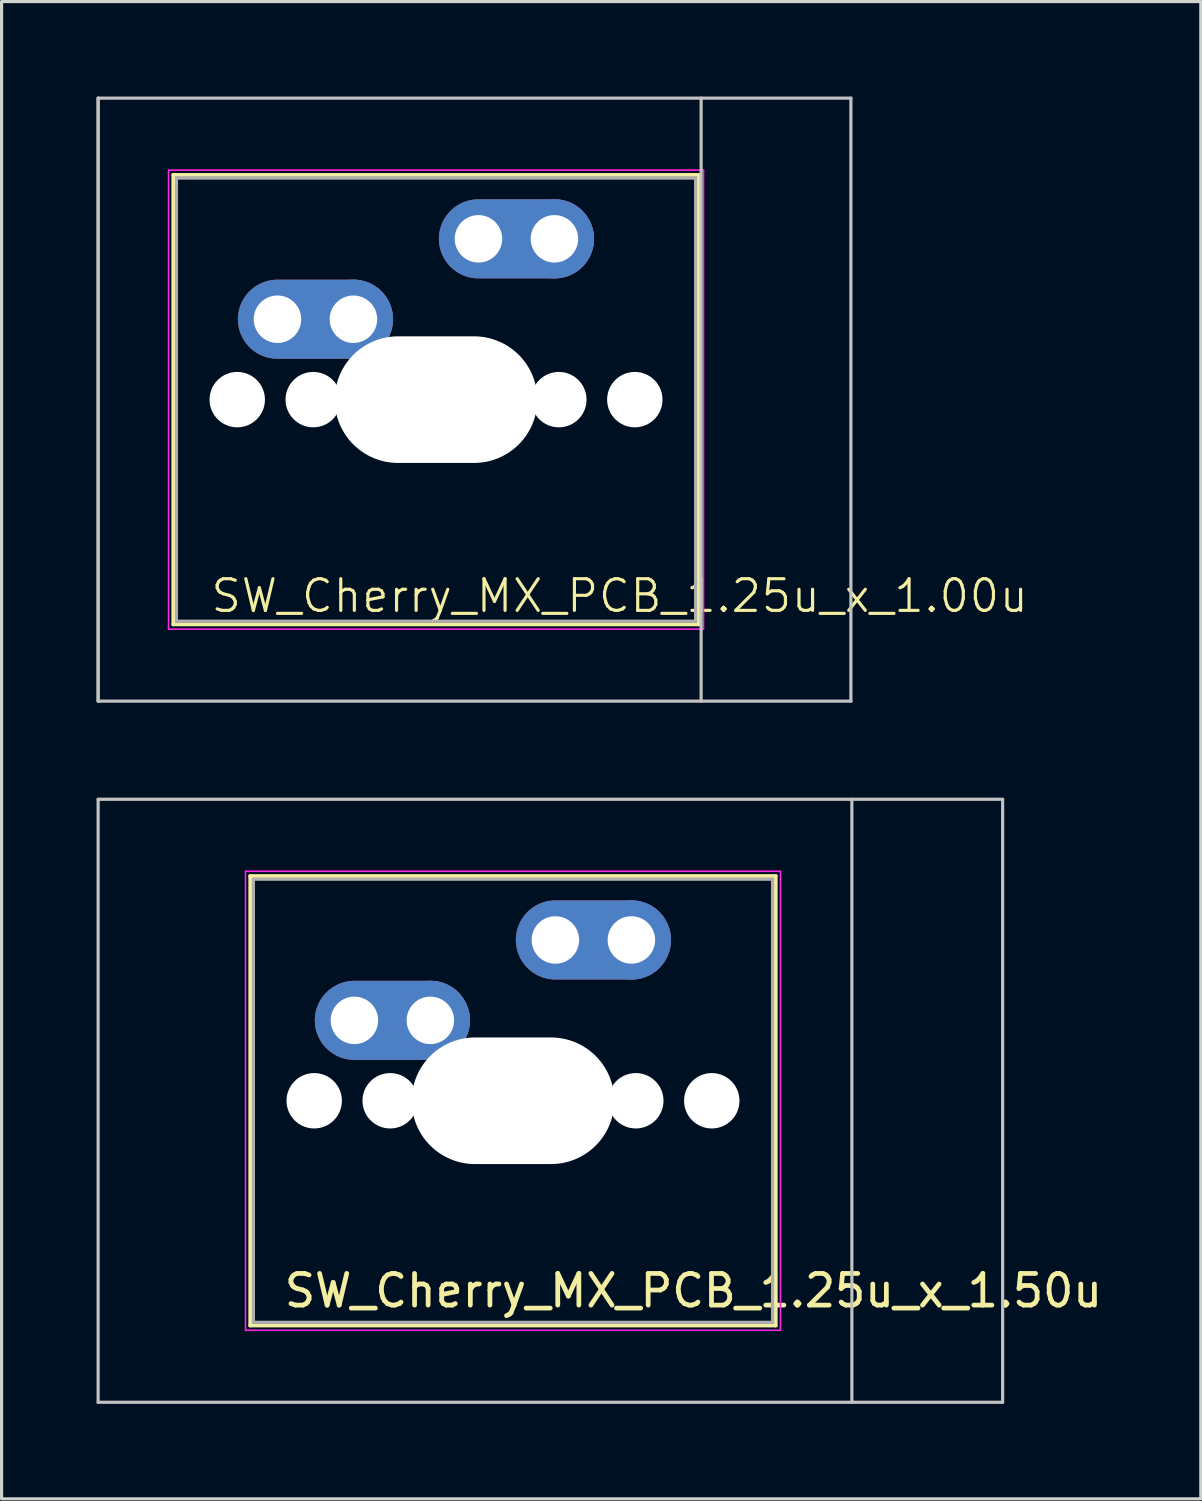
<source format=kicad_pcb>
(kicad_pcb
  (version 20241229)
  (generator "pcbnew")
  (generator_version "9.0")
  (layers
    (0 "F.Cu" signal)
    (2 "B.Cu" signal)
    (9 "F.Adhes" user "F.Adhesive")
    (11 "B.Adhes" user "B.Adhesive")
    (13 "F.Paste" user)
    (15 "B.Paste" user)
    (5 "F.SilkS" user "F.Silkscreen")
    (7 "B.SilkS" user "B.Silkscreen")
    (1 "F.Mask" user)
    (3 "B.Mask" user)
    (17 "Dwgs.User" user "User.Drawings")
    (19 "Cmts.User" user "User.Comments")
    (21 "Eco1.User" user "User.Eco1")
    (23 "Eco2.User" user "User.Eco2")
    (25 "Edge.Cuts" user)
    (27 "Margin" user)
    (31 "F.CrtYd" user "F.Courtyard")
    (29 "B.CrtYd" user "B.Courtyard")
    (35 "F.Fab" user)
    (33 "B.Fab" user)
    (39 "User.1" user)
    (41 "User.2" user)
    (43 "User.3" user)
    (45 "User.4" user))
  (footprint "SW_Cherry_MX_PCB_1.25u_x_1.50u"
    (layer "F.Cu")
    (at 11.956 31.725)
    (property "Reference" "SW_Cherry_MX_PCB_1.25u_x_1.50u" (at 6.9 6 180) (layer "F.SilkS") (effects (font (size 1 1) (thickness 0.15))))
    (attr through_hole)
    (fp_line (start -7.1 -7.1) (end -7.1 7.1) (stroke (width 0.12) (type solid)) (layer "F.SilkS"))
    (fp_line (start -7.1 7.1) (end 9.5 7.1) (stroke (width 0.12) (type solid)) (layer "F.SilkS"))
    (fp_line (start 9.5 -7.1) (end -7.1 -7.1) (stroke (width 0.12) (type solid)) (layer "F.SilkS"))
    (fp_line (start 9.5 7.1) (end 9.5 -7.1) (stroke (width 0.12) (type solid)) (layer "F.SilkS"))
    (fp_line (start -11.906 -9.525) (end -11.906 9.525) (stroke (width 0.1) (type solid)) (layer "Dwgs.User"))
    (fp_line (start -11.906 9.525) (end 16.669 9.525) (stroke (width 0.1) (type solid)) (layer "Dwgs.User"))
    (fp_line (start 11.906 9.525) (end 11.906 -9.525) (stroke (width 0.1) (type solid)) (layer "Dwgs.User"))
    (fp_line (start 16.669 -9.525) (end -11.906 -9.525) (stroke (width 0.1) (type solid)) (layer "Dwgs.User"))
    (fp_line (start 16.669 9.525) (end 16.669 -9.525) (stroke (width 0.1) (type solid)) (layer "Dwgs.User"))
    (fp_line (start -7 -7) (end -7 7) (stroke (width 0.1) (type solid)) (layer "Eco1.User"))
    (fp_line (start -7 7) (end 9.4 7) (stroke (width 0.1) (type solid)) (layer "Eco1.User"))
    (fp_line (start 9.4 -7) (end -7 -7) (stroke (width 0.1) (type solid)) (layer "Eco1.User"))
    (fp_line (start 9.4 7) (end 9.4 -7) (stroke (width 0.1) (type solid)) (layer "Eco1.User"))
    (fp_line (start -7.25 -7.25) (end -7.25 7.25) (stroke (width 0.05) (type solid)) (layer "F.CrtYd"))
    (fp_line (start -7.25 7.25) (end 9.65 7.25) (stroke (width 0.05) (type solid)) (layer "F.CrtYd"))
    (fp_line (start 9.65 -7.25) (end -7.25 -7.25) (stroke (width 0.05) (type solid)) (layer "F.CrtYd"))
    (fp_line (start 9.65 7.25) (end 9.65 -7.25) (stroke (width 0.05) (type solid)) (layer "F.CrtYd"))
    (fp_line (start -7 -7) (end -7 7) (stroke (width 0.1) (type solid)) (layer "F.Fab"))
    (fp_line (start -7 7) (end 9.4 7) (stroke (width 0.1) (type solid)) (layer "F.Fab"))
    (fp_line (start 9.4 -7) (end -7 -7) (stroke (width 0.1) (type solid)) (layer "F.Fab"))
    (fp_line (start 9.4 7) (end 9.4 -7) (stroke (width 0.1) (type solid)) (layer "F.Fab"))
    (pad "" np_thru_hole circle (at -5.08 0) (size 1.75 1.75) (drill 1.75) (layers "*.Cu" "*.Mask"))
    (pad "" np_thru_hole circle (at -2.68 0) (size 1.75 1.75) (drill 1.75) (layers "*.Cu" "*.Mask"))
    (pad "" np_thru_hole oval (at 1.2 0) (size 6.4 4) (drill oval 6.4 4) (layers "*.Cu"))
    (pad "" np_thru_hole circle (at 5.08 0) (size 1.75 1.75) (drill 1.75) (layers "*.Cu" "*.Mask"))
    (pad "" np_thru_hole circle (at 7.48 0) (size 1.75 1.75) (drill 1.75) (layers "*.Cu" "*.Mask"))
    (pad "1" thru_hole oval (at -3.81 -2.54) (size 4.9 2.5) (drill 1.5 (offset 1.2 0)) (layers "*.Cu" "*.Mask"))
    (pad "1" thru_hole circle (at -1.41 -2.54) (size 2.5 2.5) (drill 1.5) (layers "*.Cu" "*.Mask"))
    (pad "2" thru_hole oval (at 2.54 -5.08) (size 4.9 2.5) (drill 1.5 (offset 1.2 0)) (layers "*.Cu" "*.Mask"))
    (pad "2" thru_hole circle (at 4.94 -5.08) (size 2.5 2.5) (drill 1.5) (layers "*.Cu" "*.Mask")))
  (footprint "SW_Cherry_MX_PCB_1.25u_x_1.00u"
    (layer "F.Cu")
    (at 11.925 9.575)
    (property "Reference" "SW_Cherry_MX_PCB_1.25u_x_1.00u" (at 4.6 6.2 0) (unlocked yes) (layer "F.SilkS") (effects (font (size 1 1) (thickness 0.1))))
    (attr smd)
    (fp_line (start -9.5 -7.1) (end -9.5 7.1) (stroke (width 0.12) (type solid)) (layer "F.SilkS"))
    (fp_line (start -9.5 7.1) (end 7.1 7.1) (stroke (width 0.12) (type solid)) (layer "F.SilkS"))
    (fp_line (start 7.1 -7.1) (end -9.5 -7.1) (stroke (width 0.12) (type solid)) (layer "F.SilkS"))
    (fp_line (start 7.1 7.1) (end 7.1 -7.1) (stroke (width 0.12) (type solid)) (layer "F.SilkS"))
    (fp_line (start -11.875 -9.525) (end -11.875 9.525) (stroke (width 0.1) (type solid)) (layer "Dwgs.User"))
    (fp_line (start -11.875 -9.525) (end -11.875 9.525) (stroke (width 0.1) (type solid)) (layer "Dwgs.User"))
    (fp_line (start -11.875 9.525) (end 11.906 9.525) (stroke (width 0.1) (type solid)) (layer "Dwgs.User"))
    (fp_line (start 7.175 9.525) (end 7.175 -9.525) (stroke (width 0.1) (type solid)) (layer "Dwgs.User"))
    (fp_line (start 11.906 -9.525) (end -11.875 -9.525) (stroke (width 0.1) (type solid)) (layer "Dwgs.User"))
    (fp_line (start 11.906 9.525) (end 11.906 -9.525) (stroke (width 0.1) (type solid)) (layer "Dwgs.User"))
    (fp_line (start -9.4 -7) (end -9.4 7) (stroke (width 0.1) (type solid)) (layer "Eco1.User"))
    (fp_line (start -9.4 7) (end 7 7) (stroke (width 0.1) (type solid)) (layer "Eco1.User"))
    (fp_line (start 7 -7) (end -9.4 -7) (stroke (width 0.1) (type solid)) (layer "Eco1.User"))
    (fp_line (start 7 7) (end 7 -7) (stroke (width 0.1) (type solid)) (layer "Eco1.User"))
    (fp_line (start -9.65 -7.25) (end -9.65 7.25) (stroke (width 0.05) (type solid)) (layer "F.CrtYd"))
    (fp_line (start -9.65 7.25) (end 7.25 7.25) (stroke (width 0.05) (type solid)) (layer "F.CrtYd"))
    (fp_line (start 7.25 -7.25) (end -9.65 -7.25) (stroke (width 0.05) (type solid)) (layer "F.CrtYd"))
    (fp_line (start 7.25 7.25) (end 7.25 -7.25) (stroke (width 0.05) (type solid)) (layer "F.CrtYd"))
    (fp_line (start -9.4 -7) (end -9.4 7) (stroke (width 0.1) (type solid)) (layer "F.Fab"))
    (fp_line (start -9.4 7) (end 7 7) (stroke (width 0.1) (type solid)) (layer "F.Fab"))
    (fp_line (start 7 -7) (end -9.4 -7) (stroke (width 0.1) (type solid)) (layer "F.Fab"))
    (fp_line (start 7 7) (end 7 -7) (stroke (width 0.1) (type solid)) (layer "F.Fab"))
    (pad "" np_thru_hole circle (at -7.48 0) (size 1.75 1.75) (drill 1.75) (layers "*.Cu" "*.Mask"))
    (pad "" np_thru_hole circle (at -5.08 0) (size 1.75 1.75) (drill 1.75) (layers "*.Cu" "*.Mask"))
    (pad "" np_thru_hole oval (at -1.2 0) (size 6.4 4) (drill oval 6.4 4) (layers "*.Cu"))
    (pad "" np_thru_hole circle (at 2.68 0) (size 1.75 1.75) (drill 1.75) (layers "*.Cu" "*.Mask"))
    (pad "" np_thru_hole circle (at 5.08 0) (size 1.75 1.75) (drill 1.75) (layers "*.Cu" "*.Mask"))
    (pad "1" thru_hole oval (at -6.21 -2.54) (size 4.9 2.5) (drill 1.5 (offset 1.2 0)) (layers "*.Cu" "*.Mask"))
    (pad "1" thru_hole circle (at -3.81 -2.54) (size 2.5 2.5) (drill 1.5) (layers "*.Cu" "*.Mask"))
    (pad "2" thru_hole oval (at 0.14 -5.08) (size 4.9 2.5) (drill 1.5 (offset 1.2 0)) (layers "*.Cu" "*.Mask"))
    (pad "2" thru_hole circle (at 2.54 -5.08) (size 2.5 2.5) (drill 1.5) (layers "*.Cu" "*.Mask")))
  (gr_rect
    (start -3 -3)
    (end 34.886 44.3)
    (stroke (width 0.1) (type default))
    (fill no)
    (layer "Edge.Cuts")))
</source>
